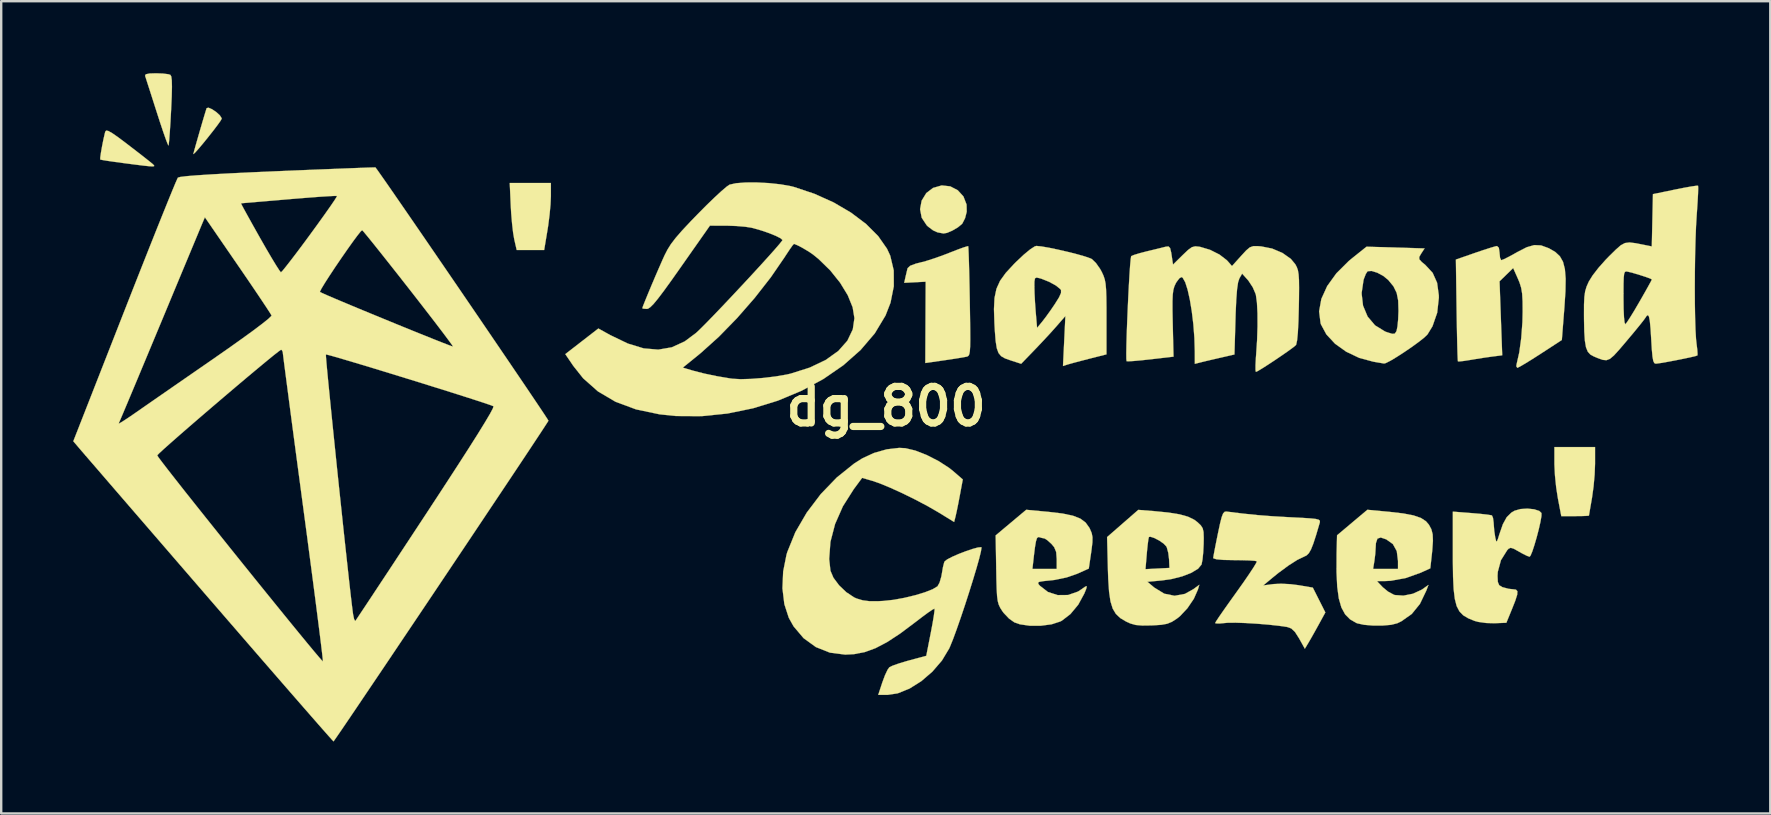
<source format=kicad_pcb>
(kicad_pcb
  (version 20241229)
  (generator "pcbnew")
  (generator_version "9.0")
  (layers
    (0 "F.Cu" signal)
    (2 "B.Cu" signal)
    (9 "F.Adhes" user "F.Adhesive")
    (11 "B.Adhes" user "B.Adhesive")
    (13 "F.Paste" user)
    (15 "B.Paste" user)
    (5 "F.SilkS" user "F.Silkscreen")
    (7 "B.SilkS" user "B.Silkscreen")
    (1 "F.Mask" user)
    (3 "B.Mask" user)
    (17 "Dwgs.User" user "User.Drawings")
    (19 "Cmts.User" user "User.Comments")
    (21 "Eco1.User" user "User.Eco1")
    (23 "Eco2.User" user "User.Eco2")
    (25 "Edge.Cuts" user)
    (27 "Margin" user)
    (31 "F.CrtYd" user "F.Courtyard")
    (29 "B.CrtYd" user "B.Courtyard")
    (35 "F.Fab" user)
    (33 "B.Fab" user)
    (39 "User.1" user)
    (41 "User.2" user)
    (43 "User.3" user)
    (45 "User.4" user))
  (footprint "dg_800"
    (layer "F.Cu")
    (at 33.88 13.889)
    (property "Reference" "dg_800" (at 0 0 0) (layer "F.SilkS") (effects (font (size 1.524 1.524) (thickness 0.3))))
    (attr through_hole)
    (fp_poly (pts (xy -13.97 -8.759) (xy -13.985 -8.421) (xy -14.025 -7.99) (xy -14.082 -7.539) (xy -14.11 -7.362) (xy -14.25 -6.519) (xy -15.395 -6.519) (xy -15.497 -6.964) (xy -15.544 -7.238) (xy -15.588 -7.622) (xy -15.625 -8.059) (xy -15.642 -8.361) (xy -15.685 -9.313) (xy -13.97 -9.313) (xy -13.97 -8.759)) (stroke (width 0.01) (type solid)) (fill yes) (layer "F.SilkS"))
    (fp_poly (pts (xy 29.549 2.392) (xy 29.532 2.836) (xy 29.487 3.339) (xy 29.424 3.795) (xy 29.422 3.81) (xy 29.365 4.136) (xy 29.321 4.391) (xy 29.297 4.534) (xy 29.295 4.551) (xy 29.217 4.561) (xy 29.014 4.569) (xy 28.728 4.572) (xy 28.718 4.572) (xy 28.142 4.572) (xy 27.999 3.824) (xy 27.929 3.372) (xy 27.878 2.875) (xy 27.856 2.431) (xy 27.855 2.385) (xy 27.855 1.693) (xy 29.549 1.693) (xy 29.549 2.392)) (stroke (width 0.01) (type solid)) (fill yes) (layer "F.SilkS"))
    (fp_poly (pts (xy -28.091 -12.386) (xy -27.917 -12.269) (xy -27.768 -12.133) (xy -27.692 -12.012) (xy -27.69 -11.991) (xy -27.738 -11.904) (xy -27.864 -11.727) (xy -28.042 -11.493) (xy -28.249 -11.23) (xy -28.459 -10.971) (xy -28.649 -10.745) (xy -28.793 -10.584) (xy -28.867 -10.517) (xy -28.871 -10.52) (xy -28.849 -10.611) (xy -28.79 -10.824) (xy -28.706 -11.119) (xy -28.609 -11.458) (xy -28.509 -11.8) (xy -28.419 -12.105) (xy -28.349 -12.334) (xy -28.319 -12.43) (xy -28.241 -12.451) (xy -28.091 -12.386)) (stroke (width 0.01) (type solid)) (fill yes) (layer "F.SilkS"))
    (fp_poly (pts (xy 2.675 -9.172) (xy 2.987 -9.011) (xy 3.225 -8.75) (xy 3.355 -8.414) (xy 3.361 -8.113) (xy 3.293 -7.847) (xy 3.182 -7.628) (xy 3.161 -7.602) (xy 2.994 -7.464) (xy 2.766 -7.33) (xy 2.542 -7.234) (xy 2.395 -7.208) (xy 2.265 -7.232) (xy 2.139 -7.256) (xy 1.959 -7.338) (xy 1.748 -7.497) (xy 1.694 -7.548) (xy 1.485 -7.864) (xy 1.417 -8.221) (xy 1.483 -8.577) (xy 1.676 -8.892) (xy 1.956 -9.106) (xy 2.32 -9.211) (xy 2.675 -9.172)) (stroke (width 0.01) (type solid)) (fill yes) (layer "F.SilkS"))
    (fp_poly (pts (xy -30.139 -13.873) (xy -29.917 -13.846) (xy -29.828 -13.818) (xy -29.791 -13.75) (xy -29.77 -13.589) (xy -29.764 -13.317) (xy -29.773 -12.915) (xy -29.798 -12.365) (xy -29.8 -12.332) (xy -29.825 -11.859) (xy -29.852 -11.449) (xy -29.876 -11.129) (xy -29.896 -10.929) (xy -29.907 -10.874) (xy -29.943 -10.939) (xy -30.02 -11.14) (xy -30.13 -11.453) (xy -30.264 -11.853) (xy -30.394 -12.256) (xy -30.544 -12.724) (xy -30.676 -13.138) (xy -30.784 -13.472) (xy -30.856 -13.697) (xy -30.884 -13.78) (xy -30.854 -13.843) (xy -30.696 -13.876) (xy -30.426 -13.884) (xy -30.139 -13.873)) (stroke (width 0.01) (type solid)) (fill yes) (layer "F.SilkS"))
    (fp_poly (pts (xy -32.414 -11.48) (xy -32.255 -11.391) (xy -32.007 -11.219) (xy -31.65 -10.951) (xy -31.596 -10.909) (xy -31.251 -10.644) (xy -30.947 -10.408) (xy -30.713 -10.223) (xy -30.579 -10.114) (xy -30.568 -10.104) (xy -30.515 -10.053) (xy -30.502 -10.019) (xy -30.551 -10.004) (xy -30.684 -10.009) (xy -30.922 -10.033) (xy -31.287 -10.078) (xy -31.75 -10.138) (xy -32.135 -10.19) (xy -32.454 -10.236) (xy -32.671 -10.272) (xy -32.752 -10.29) (xy -32.751 -10.378) (xy -32.722 -10.581) (xy -32.675 -10.848) (xy -32.619 -11.13) (xy -32.563 -11.374) (xy -32.543 -11.452) (xy -32.504 -11.497) (xy -32.414 -11.48)) (stroke (width 0.01) (type solid)) (fill yes) (layer "F.SilkS"))
    (fp_poly (pts (xy 3.432 -6.588) (xy 3.442 -6.351) (xy 3.454 -5.99) (xy 3.466 -5.527) (xy 3.478 -4.983) (xy 3.489 -4.381) (xy 3.489 -4.379) (xy 3.5 -3.702) (xy 3.507 -3.175) (xy 3.509 -2.778) (xy 3.504 -2.493) (xy 3.491 -2.301) (xy 3.47 -2.181) (xy 3.439 -2.116) (xy 3.397 -2.085) (xy 3.351 -2.072) (xy 3.191 -2.042) (xy 2.912 -1.996) (xy 2.564 -1.943) (xy 2.405 -1.92) (xy 1.635 -1.809) (xy 1.643 -3.504) (xy 1.651 -5.198) (xy 1.203 -5.175) (xy 0.756 -5.152) (xy 0.809 -5.391) (xy 0.861 -5.614) (xy 0.897 -5.761) (xy 1.003 -5.861) (xy 1.247 -5.953) (xy 1.394 -5.989) (xy 1.684 -6.066) (xy 2.065 -6.189) (xy 2.469 -6.336) (xy 2.625 -6.397) (xy 2.955 -6.526) (xy 3.219 -6.623) (xy 3.385 -6.674) (xy 3.423 -6.678) (xy 3.432 -6.588)) (stroke (width 0.01) (type solid)) (fill yes) (layer "F.SilkS"))
    (fp_poly (pts (xy 20.99 4.395) (xy 21.559 4.461) (xy 21.985 4.543) (xy 22.291 4.649) (xy 22.504 4.788) (xy 22.626 4.931) (xy 22.727 5.12) (xy 22.781 5.33) (xy 22.792 5.606) (xy 22.765 5.991) (xy 22.749 6.147) (xy 22.683 6.748) (xy 22.285 6.929) (xy 21.664 7.151) (xy 21.035 7.267) (xy 20.791 7.279) (xy 20.458 7.281) (xy 20.703 7.538) (xy 20.926 7.721) (xy 21.164 7.848) (xy 21.206 7.861) (xy 21.562 7.886) (xy 21.959 7.807) (xy 22.32 7.641) (xy 22.365 7.611) (xy 22.606 7.439) (xy 22.516 7.678) (xy 22.25 8.231) (xy 21.911 8.649) (xy 21.477 8.955) (xy 21.305 9.038) (xy 21.05 9.102) (xy 20.692 9.133) (xy 20.295 9.133) (xy 19.923 9.102) (xy 19.64 9.041) (xy 19.6 9.025) (xy 19.338 8.874) (xy 19.132 8.665) (xy 18.977 8.38) (xy 18.869 8.003) (xy 18.803 7.515) (xy 18.774 6.898) (xy 18.775 6.773) (xy 20.298 6.773) (xy 21.336 6.773) (xy 21.336 6.439) (xy 21.285 6.03) (xy 21.123 5.737) (xy 20.848 5.541) (xy 20.617 5.463) (xy 20.479 5.51) (xy 20.416 5.697) (xy 20.405 5.884) (xy 20.389 6.148) (xy 20.353 6.44) (xy 20.35 6.456) (xy 20.298 6.773) (xy 18.775 6.773) (xy 18.777 6.135) (xy 18.78 6.009) (xy 18.796 5.371) (xy 19.428 4.839) (xy 20.06 4.308) (xy 20.99 4.395)) (stroke (width 0.01) (type solid)) (fill yes) (layer "F.SilkS"))
    (fp_poly (pts (xy 27.299 -6.711) (xy 27.607 -6.599) (xy 27.644 -6.581) (xy 27.896 -6.434) (xy 28.084 -6.257) (xy 28.214 -6.028) (xy 28.292 -5.723) (xy 28.324 -5.321) (xy 28.315 -4.798) (xy 28.272 -4.131) (xy 28.271 -4.121) (xy 28.165 -2.769) (xy 27.274 -2.189) (xy 26.929 -1.968) (xy 26.634 -1.786) (xy 26.419 -1.661) (xy 26.312 -1.609) (xy 26.309 -1.609) (xy 26.267 -1.674) (xy 26.279 -1.757) (xy 26.39 -2.248) (xy 26.473 -2.853) (xy 26.522 -3.517) (xy 26.532 -3.937) (xy 26.529 -4.378) (xy 26.511 -4.697) (xy 26.47 -4.944) (xy 26.401 -5.165) (xy 26.337 -5.317) (xy 26.137 -5.767) (xy 25.853 -5.491) (xy 25.569 -5.215) (xy 25.624 -3.673) (xy 25.68 -2.131) (xy 25.265 -2.078) (xy 24.933 -2.032) (xy 24.549 -1.971) (xy 24.355 -1.938) (xy 24.087 -1.896) (xy 23.897 -1.875) (xy 23.834 -1.878) (xy 23.826 -1.966) (xy 23.816 -2.201) (xy 23.806 -2.559) (xy 23.796 -3.017) (xy 23.786 -3.552) (xy 23.779 -4.013) (xy 23.749 -6.121) (xy 24.553 -6.401) (xy 24.904 -6.52) (xy 25.201 -6.615) (xy 25.402 -6.673) (xy 25.463 -6.685) (xy 25.54 -6.611) (xy 25.569 -6.402) (xy 25.569 -6.392) (xy 25.589 -6.196) (xy 25.636 -6.099) (xy 25.647 -6.096) (xy 25.752 -6.136) (xy 25.962 -6.241) (xy 26.237 -6.392) (xy 26.312 -6.435) (xy 26.7 -6.634) (xy 27.013 -6.724) (xy 27.299 -6.711)) (stroke (width 0.01) (type solid)) (fill yes) (layer "F.SilkS"))
    (fp_poly (pts (xy 22.443 -6.585) (xy 22.301 -6.368) (xy 22.222 -6.231) (xy 22.225 -6.132) (xy 22.328 -6.018) (xy 22.471 -5.901) (xy 22.781 -5.567) (xy 22.966 -5.153) (xy 23.037 -4.633) (xy 23.039 -4.53) (xy 22.97 -3.905) (xy 22.774 -3.341) (xy 22.566 -3.001) (xy 22.435 -2.874) (xy 22.208 -2.694) (xy 21.92 -2.484) (xy 21.603 -2.268) (xy 21.294 -2.068) (xy 21.025 -1.906) (xy 20.831 -1.808) (xy 20.756 -1.788) (xy 20.646 -1.807) (xy 20.431 -1.843) (xy 20.306 -1.865) (xy 19.721 -2.022) (xy 19.18 -2.279) (xy 18.713 -2.612) (xy 18.352 -3) (xy 18.125 -3.42) (xy 18.109 -3.471) (xy 18.048 -3.962) (xy 18.142 -4.482) (xy 18.249 -4.716) (xy 19.819 -4.716) (xy 19.879 -4.201) (xy 20.069 -3.747) (xy 20.379 -3.38) (xy 20.797 -3.123) (xy 20.883 -3.091) (xy 21.094 -3.026) (xy 21.202 -3.033) (xy 21.262 -3.12) (xy 21.279 -3.161) (xy 21.314 -3.334) (xy 21.342 -3.618) (xy 21.356 -3.953) (xy 21.357 -3.979) (xy 21.344 -4.412) (xy 21.28 -4.734) (xy 21.148 -5.003) (xy 20.931 -5.269) (xy 20.723 -5.439) (xy 20.473 -5.573) (xy 20.238 -5.646) (xy 20.074 -5.635) (xy 20.071 -5.633) (xy 19.996 -5.524) (xy 19.916 -5.32) (xy 19.9 -5.267) (xy 19.819 -4.716) (xy 18.249 -4.716) (xy 18.385 -5.016) (xy 18.767 -5.546) (xy 19.281 -6.058) (xy 19.431 -6.182) (xy 20.024 -6.657) (xy 22.443 -6.585)) (stroke (width 0.01) (type solid)) (fill yes) (layer "F.SilkS"))
    (fp_poly (pts (xy 27.011 4.287) (xy 27.226 4.357) (xy 27.316 4.443) (xy 27.315 4.57) (xy 27.274 4.807) (xy 27.205 5.113) (xy 27.118 5.448) (xy 27.024 5.771) (xy 26.935 6.042) (xy 26.861 6.218) (xy 26.821 6.265) (xy 26.707 6.225) (xy 26.506 6.124) (xy 26.381 6.053) (xy 26.162 5.931) (xy 26.034 5.892) (xy 25.947 5.93) (xy 25.889 5.99) (xy 25.626 6.411) (xy 25.495 6.896) (xy 25.485 7.068) (xy 25.497 7.315) (xy 25.553 7.45) (xy 25.677 7.527) (xy 25.702 7.537) (xy 25.95 7.602) (xy 26.125 7.62) (xy 26.253 7.636) (xy 26.313 7.703) (xy 26.304 7.847) (xy 26.226 8.094) (xy 26.092 8.433) (xy 25.853 9.017) (xy 25.351 9.036) (xy 25.011 9.027) (xy 24.683 8.981) (xy 24.527 8.939) (xy 24.261 8.83) (xy 24.053 8.705) (xy 23.896 8.542) (xy 23.781 8.321) (xy 23.704 8.021) (xy 23.656 7.622) (xy 23.631 7.101) (xy 23.622 6.44) (xy 23.622 6.18) (xy 23.622 4.385) (xy 24.405 4.446) (xy 24.755 4.476) (xy 25.039 4.507) (xy 25.216 4.534) (xy 25.252 4.544) (xy 25.296 4.646) (xy 25.323 4.848) (xy 25.325 4.894) (xy 25.348 5.187) (xy 25.389 5.457) (xy 25.39 5.461) (xy 25.425 5.607) (xy 25.456 5.631) (xy 25.503 5.517) (xy 25.559 5.334) (xy 25.707 4.909) (xy 25.867 4.617) (xy 26.061 4.426) (xy 26.198 4.346) (xy 26.442 4.277) (xy 26.731 4.259) (xy 27.011 4.287)) (stroke (width 0.01) (type solid)) (fill yes) (layer "F.SilkS"))
    (fp_poly (pts (xy 11.161 4.363) (xy 11.768 4.423) (xy 12.233 4.498) (xy 12.581 4.595) (xy 12.841 4.721) (xy 12.982 4.827) (xy 13.117 4.956) (xy 13.195 5.077) (xy 13.232 5.236) (xy 13.24 5.484) (xy 13.236 5.73) (xy 13.219 6.076) (xy 13.189 6.377) (xy 13.151 6.577) (xy 13.146 6.593) (xy 13.002 6.766) (xy 12.725 6.933) (xy 12.349 7.08) (xy 11.909 7.193) (xy 11.504 7.252) (xy 10.89 7.309) (xy 11.181 7.552) (xy 11.595 7.805) (xy 12.025 7.892) (xy 12.455 7.813) (xy 12.807 7.617) (xy 13.056 7.433) (xy 12.998 7.632) (xy 12.828 8.016) (xy 12.561 8.41) (xy 12.248 8.743) (xy 12.119 8.845) (xy 11.912 8.978) (xy 11.716 9.058) (xy 11.475 9.102) (xy 11.132 9.124) (xy 11.063 9.127) (xy 10.679 9.132) (xy 10.405 9.109) (xy 10.182 9.047) (xy 10.008 8.968) (xy 9.764 8.823) (xy 9.58 8.651) (xy 9.446 8.427) (xy 9.353 8.126) (xy 9.294 7.722) (xy 9.259 7.191) (xy 9.245 6.783) (xy 10.812 6.783) (xy 11.311 6.757) (xy 11.811 6.731) (xy 11.795 6.376) (xy 11.762 6.104) (xy 11.7 5.876) (xy 11.683 5.84) (xy 11.57 5.719) (xy 11.384 5.59) (xy 11.181 5.484) (xy 11.017 5.431) (xy 10.955 5.442) (xy 10.933 5.536) (xy 10.904 5.756) (xy 10.873 6.057) (xy 10.867 6.129) (xy 10.812 6.783) (xy 9.245 6.783) (xy 9.245 6.765) (xy 9.212 5.445) (xy 9.861 4.879) (xy 10.511 4.312) (xy 11.161 4.363)) (stroke (width 0.01) (type solid)) (fill yes) (layer "F.SilkS"))
    (fp_poly (pts (xy 6.784 4.396) (xy 7.356 4.464) (xy 7.785 4.554) (xy 8.097 4.676) (xy 8.317 4.84) (xy 8.473 5.058) (xy 8.493 5.097) (xy 8.569 5.275) (xy 8.603 5.447) (xy 8.6 5.667) (xy 8.562 5.986) (xy 8.548 6.085) (xy 8.449 6.758) (xy 7.965 6.975) (xy 7.523 7.128) (xy 7.022 7.232) (xy 6.871 7.249) (xy 6.559 7.281) (xy 6.388 7.31) (xy 6.332 7.351) (xy 6.362 7.418) (xy 6.412 7.475) (xy 6.748 7.735) (xy 7.154 7.864) (xy 7.584 7.86) (xy 7.995 7.718) (xy 8.136 7.627) (xy 8.303 7.509) (xy 8.367 7.496) (xy 8.341 7.607) (xy 8.262 7.8) (xy 8.01 8.262) (xy 7.684 8.654) (xy 7.324 8.931) (xy 7.262 8.963) (xy 6.899 9.081) (xy 6.454 9.14) (xy 5.992 9.141) (xy 5.578 9.081) (xy 5.347 9) (xy 5.122 8.84) (xy 4.901 8.607) (xy 4.839 8.522) (xy 4.756 8.39) (xy 4.696 8.263) (xy 4.654 8.11) (xy 4.627 7.903) (xy 4.61 7.61) (xy 4.598 7.202) (xy 4.591 6.78) (xy 4.591 6.773) (xy 6.099 6.773) (xy 7.112 6.773) (xy 7.112 6.362) (xy 7.09 6.069) (xy 7.007 5.867) (xy 6.889 5.727) (xy 6.727 5.581) (xy 6.612 5.506) (xy 6.599 5.503) (xy 6.469 5.476) (xy 6.404 5.454) (xy 6.338 5.445) (xy 6.288 5.494) (xy 6.246 5.627) (xy 6.205 5.87) (xy 6.158 6.248) (xy 6.145 6.371) (xy 6.099 6.773) (xy 4.591 6.773) (xy 4.567 5.376) (xy 5.204 4.842) (xy 5.841 4.308) (xy 6.784 4.396)) (stroke (width 0.01) (type solid)) (fill yes) (layer "F.SilkS"))
    (fp_poly (pts (xy 6.475 -6.668) (xy 6.796 -6.613) (xy 7.181 -6.532) (xy 7.589 -6.438) (xy 7.978 -6.339) (xy 8.304 -6.245) (xy 8.526 -6.167) (xy 8.582 -6.138) (xy 8.746 -5.979) (xy 8.919 -5.734) (xy 8.992 -5.602) (xy 9.062 -5.449) (xy 9.113 -5.297) (xy 9.148 -5.117) (xy 9.169 -4.879) (xy 9.181 -4.552) (xy 9.186 -4.108) (xy 9.186 -3.688) (xy 9.186 -2.17) (xy 8.467 -1.988) (xy 8.116 -1.897) (xy 7.811 -1.816) (xy 7.601 -1.757) (xy 7.56 -1.745) (xy 7.374 -1.684) (xy 7.474 -3.768) (xy 7.105 -3.344) (xy 6.869 -3.08) (xy 6.569 -2.756) (xy 6.261 -2.43) (xy 6.183 -2.349) (xy 5.63 -1.777) (xy 5.176 -1.924) (xy 4.955 -2.003) (xy 4.796 -2.095) (xy 4.686 -2.227) (xy 4.614 -2.428) (xy 4.567 -2.725) (xy 4.534 -3.147) (xy 4.516 -3.464) (xy 4.497 -4.056) (xy 4.52 -4.521) (xy 4.6 -4.901) (xy 4.646 -5.002) (xy 6.181 -5.002) (xy 6.188 -4.711) (xy 6.208 -4.332) (xy 6.236 -3.945) (xy 6.237 -3.936) (xy 6.293 -3.274) (xy 6.498 -3.521) (xy 6.653 -3.722) (xy 6.854 -4.001) (xy 7.035 -4.267) (xy 7.21 -4.547) (xy 7.291 -4.728) (xy 7.292 -4.843) (xy 7.266 -4.887) (xy 7.083 -5.036) (xy 6.8 -5.192) (xy 6.483 -5.319) (xy 6.418 -5.339) (xy 6.275 -5.372) (xy 6.206 -5.339) (xy 6.183 -5.202) (xy 6.181 -5.002) (xy 4.646 -5.002) (xy 4.751 -5.235) (xy 4.988 -5.564) (xy 5.325 -5.929) (xy 5.428 -6.032) (xy 5.738 -6.324) (xy 6.002 -6.542) (xy 6.193 -6.667) (xy 6.262 -6.689) (xy 6.475 -6.668)) (stroke (width 0.01) (type solid)) (fill yes) (layer "F.SilkS"))
    (fp_poly (pts (xy 14.187 4.382) (xy 14.878 4.467) (xy 15.49 4.53) (xy 16.101 4.577) (xy 16.794 4.617) (xy 16.872 4.621) (xy 17.354 4.645) (xy 17.692 4.667) (xy 17.909 4.69) (xy 18.03 4.721) (xy 18.079 4.764) (xy 18.08 4.823) (xy 18.071 4.86) (xy 17.924 5.359) (xy 17.807 5.718) (xy 17.709 5.964) (xy 17.618 6.12) (xy 17.524 6.211) (xy 17.427 6.258) (xy 17.143 6.394) (xy 16.775 6.628) (xy 16.354 6.938) (xy 16.091 7.151) (xy 15.721 7.46) (xy 16.147 7.404) (xy 16.46 7.389) (xy 16.848 7.408) (xy 17.179 7.449) (xy 17.786 7.552) (xy 18.047 8.069) (xy 18.308 8.586) (xy 18.028 9.098) (xy 17.86 9.401) (xy 17.702 9.681) (xy 17.601 9.854) (xy 17.454 10.099) (xy 17.215 9.669) (xy 17.043 9.4) (xy 16.886 9.253) (xy 16.722 9.194) (xy 16.37 9.142) (xy 15.933 9.095) (xy 15.457 9.056) (xy 14.987 9.028) (xy 14.569 9.014) (xy 14.248 9.016) (xy 14.133 9.026) (xy 13.895 9.048) (xy 13.744 9.043) (xy 13.716 9.027) (xy 13.763 8.944) (xy 13.894 8.747) (xy 14.094 8.459) (xy 14.346 8.103) (xy 14.609 7.736) (xy 14.892 7.338) (xy 15.132 6.988) (xy 15.316 6.709) (xy 15.428 6.523) (xy 15.455 6.453) (xy 15.357 6.434) (xy 15.126 6.418) (xy 14.801 6.409) (xy 14.52 6.406) (xy 14.067 6.398) (xy 13.773 6.372) (xy 13.642 6.33) (xy 13.635 6.315) (xy 13.653 6.199) (xy 13.699 5.955) (xy 13.765 5.62) (xy 13.832 5.292) (xy 13.919 4.884) (xy 13.987 4.616) (xy 14.047 4.461) (xy 14.11 4.392) (xy 14.184 4.381) (xy 14.187 4.382)) (stroke (width 0.01) (type solid)) (fill yes) (layer "F.SilkS"))
    (fp_poly (pts (xy 33.848 -9.105) (xy 33.842 -8.876) (xy 33.824 -8.54) (xy 33.797 -8.131) (xy 33.787 -7.989) (xy 33.758 -7.51) (xy 33.736 -6.936) (xy 33.719 -6.297) (xy 33.71 -5.623) (xy 33.706 -4.946) (xy 33.709 -4.295) (xy 33.719 -3.701) (xy 33.735 -3.194) (xy 33.758 -2.806) (xy 33.778 -2.625) (xy 33.81 -2.364) (xy 33.821 -2.18) (xy 33.815 -2.125) (xy 33.724 -2.095) (xy 33.51 -2.045) (xy 33.216 -1.983) (xy 32.885 -1.917) (xy 32.561 -1.856) (xy 32.287 -1.809) (xy 32.106 -1.784) (xy 32.08 -1.782) (xy 32.02 -1.805) (xy 31.976 -1.895) (xy 31.943 -2.078) (xy 31.915 -2.382) (xy 31.892 -2.763) (xy 31.863 -3.24) (xy 31.832 -3.562) (xy 31.795 -3.746) (xy 31.749 -3.808) (xy 31.69 -3.762) (xy 31.659 -3.711) (xy 31.577 -3.597) (xy 31.408 -3.383) (xy 31.175 -3.098) (xy 30.901 -2.772) (xy 30.853 -2.714) (xy 30.554 -2.363) (xy 30.336 -2.124) (xy 30.17 -1.983) (xy 30.025 -1.927) (xy 29.87 -1.94) (xy 29.675 -2.009) (xy 29.496 -2.084) (xy 29.352 -2.164) (xy 29.246 -2.282) (xy 29.172 -2.464) (xy 29.126 -2.733) (xy 29.1 -3.115) (xy 29.089 -3.634) (xy 29.088 -3.81) (xy 29.089 -4.25) (xy 29.102 -4.517) (xy 30.734 -4.517) (xy 30.739 -4.065) (xy 30.755 -3.719) (xy 30.779 -3.498) (xy 30.809 -3.424) (xy 30.812 -3.425) (xy 30.883 -3.514) (xy 31.017 -3.72) (xy 31.196 -4.012) (xy 31.4 -4.361) (xy 31.405 -4.37) (xy 31.603 -4.716) (xy 31.765 -5.005) (xy 31.876 -5.207) (xy 31.919 -5.293) (xy 31.919 -5.293) (xy 31.846 -5.331) (xy 31.661 -5.398) (xy 31.413 -5.478) (xy 31.155 -5.555) (xy 30.935 -5.612) (xy 30.924 -5.614) (xy 30.848 -5.627) (xy 30.795 -5.607) (xy 30.762 -5.53) (xy 30.744 -5.369) (xy 30.736 -5.098) (xy 30.734 -4.693) (xy 30.734 -4.517) (xy 29.102 -4.517) (xy 29.104 -4.564) (xy 29.137 -4.798) (xy 29.196 -4.995) (xy 29.287 -5.199) (xy 29.291 -5.207) (xy 29.448 -5.46) (xy 29.693 -5.777) (xy 29.987 -6.108) (xy 30.128 -6.253) (xy 30.412 -6.533) (xy 30.618 -6.714) (xy 30.793 -6.809) (xy 30.985 -6.834) (xy 31.239 -6.803) (xy 31.604 -6.731) (xy 31.642 -6.723) (xy 31.914 -6.669) (xy 31.938 -7.758) (xy 31.962 -8.848) (xy 32.885 -9.039) (xy 33.258 -9.113) (xy 33.565 -9.168) (xy 33.771 -9.197) (xy 33.842 -9.197) (xy 33.848 -9.105)) (stroke (width 0.01) (type solid)) (fill yes) (layer "F.SilkS"))
    (fp_poly (pts (xy 0.804 1.741) (xy 1.22 1.84) (xy 1.701 2.029) (xy 2.189 2.279) (xy 2.627 2.562) (xy 2.805 2.704) (xy 3.198 3.044) (xy 3.075 3.702) (xy 3.009 4.05) (xy 2.946 4.359) (xy 2.899 4.57) (xy 2.895 4.588) (xy 2.836 4.816) (xy 2.201 4.426) (xy 1.747 4.163) (xy 1.23 3.889) (xy 0.693 3.624) (xy 0.179 3.39) (xy -0.269 3.205) (xy -0.563 3.104) (xy -0.998 2.978) (xy -1.348 3.45) (xy -1.8 4.163) (xy -2.126 4.903) (xy -2.319 5.644) (xy -2.372 6.359) (xy -2.318 6.848) (xy -2.194 7.14) (xy -1.96 7.454) (xy -1.659 7.742) (xy -1.336 7.957) (xy -1.226 8.006) (xy -0.972 8.082) (xy -0.688 8.118) (xy -0.318 8.117) (xy -0.105 8.106) (xy 0.31 8.061) (xy 0.763 7.978) (xy 1.213 7.869) (xy 1.62 7.746) (xy 1.942 7.619) (xy 2.14 7.5) (xy 2.147 7.493) (xy 2.231 7.339) (xy 2.303 7.09) (xy 2.326 6.962) (xy 2.37 6.703) (xy 2.419 6.51) (xy 2.44 6.461) (xy 2.546 6.377) (xy 2.755 6.268) (xy 3.027 6.149) (xy 3.324 6.035) (xy 3.605 5.94) (xy 3.83 5.879) (xy 3.962 5.867) (xy 3.979 5.883) (xy 3.952 6.052) (xy 3.878 6.352) (xy 3.765 6.753) (xy 3.622 7.228) (xy 3.46 7.747) (xy 3.287 8.282) (xy 3.112 8.803) (xy 2.945 9.282) (xy 2.795 9.691) (xy 2.67 10) (xy 2.631 10.088) (xy 2.329 10.59) (xy 1.932 11.052) (xy 1.47 11.45) (xy 0.977 11.76) (xy 0.483 11.959) (xy 0.057 12.023) (xy -0.328 12.023) (xy -0.153 11.493) (xy -0.046 11.206) (xy 0.061 10.979) (xy 0.137 10.871) (xy 0.269 10.807) (xy 0.519 10.718) (xy 0.841 10.62) (xy 0.964 10.586) (xy 1.675 10.395) (xy 1.865 9.428) (xy 1.937 9.046) (xy 1.99 8.729) (xy 2.019 8.511) (xy 2.02 8.427) (xy 1.944 8.462) (xy 1.764 8.583) (xy 1.507 8.772) (xy 1.226 8.987) (xy 0.594 9.461) (xy 0.047 9.82) (xy -0.439 10.075) (xy -0.892 10.24) (xy -1.336 10.325) (xy -1.703 10.344) (xy -2.339 10.263) (xy -2.925 10.03) (xy -3.438 9.659) (xy -3.856 9.165) (xy -4.054 8.811) (xy -4.24 8.24) (xy -4.319 7.581) (xy -4.289 6.88) (xy -4.15 6.18) (xy -4.117 6.07) (xy -3.782 5.244) (xy -3.307 4.427) (xy -2.721 3.653) (xy -2.053 2.96) (xy -1.33 2.38) (xy -0.994 2.167) (xy -0.506 1.94) (xy 0.03 1.788) (xy 0.547 1.728) (xy 0.804 1.741)) (stroke (width 0.01) (type solid)) (fill yes) (layer "F.SilkS"))
    (fp_poly (pts (xy 15.631 -6.67) (xy 16.091 -6.579) (xy 16.52 -6.397) (xy 16.869 -6.151) (xy 17.058 -5.923) (xy 17.12 -5.804) (xy 17.165 -5.675) (xy 17.193 -5.506) (xy 17.209 -5.27) (xy 17.213 -4.938) (xy 17.209 -4.482) (xy 17.203 -4.151) (xy 17.187 -3.554) (xy 17.163 -3.083) (xy 17.131 -2.754) (xy 17.093 -2.577) (xy 17.082 -2.557) (xy 16.98 -2.47) (xy 16.777 -2.321) (xy 16.509 -2.134) (xy 16.21 -1.931) (xy 15.915 -1.737) (xy 15.66 -1.575) (xy 15.481 -1.469) (xy 15.414 -1.439) (xy 15.398 -1.517) (xy 15.398 -1.724) (xy 15.413 -2.021) (xy 15.422 -2.138) (xy 15.463 -2.752) (xy 15.482 -3.343) (xy 15.48 -3.877) (xy 15.458 -4.319) (xy 15.415 -4.635) (xy 15.404 -4.682) (xy 15.283 -4.965) (xy 15.105 -5.237) (xy 15.077 -5.27) (xy 14.84 -5.535) (xy 14.722 -5.329) (xy 14.671 -5.17) (xy 14.629 -4.885) (xy 14.596 -4.461) (xy 14.57 -3.886) (xy 14.563 -3.644) (xy 14.52 -2.165) (xy 13.928 -2.029) (xy 13.594 -1.952) (xy 13.296 -1.882) (xy 13.102 -1.834) (xy 12.869 -1.775) (xy 12.867 -2.306) (xy 12.85 -2.86) (xy 12.807 -3.42) (xy 12.742 -3.959) (xy 12.661 -4.449) (xy 12.568 -4.864) (xy 12.468 -5.176) (xy 12.365 -5.359) (xy 12.317 -5.392) (xy 12.227 -5.343) (xy 12.107 -5.186) (xy 12.073 -5.127) (xy 12.014 -4.999) (xy 11.973 -4.852) (xy 11.948 -4.658) (xy 11.937 -4.386) (xy 11.937 -4.006) (xy 11.947 -3.488) (xy 11.948 -3.454) (xy 11.98 -2.074) (xy 11.019 -1.963) (xy 10.636 -1.922) (xy 10.319 -1.893) (xy 10.103 -1.881) (xy 10.025 -1.885) (xy 10.014 -1.98) (xy 10.012 -2.217) (xy 10.018 -2.568) (xy 10.03 -3.004) (xy 10.048 -3.498) (xy 10.07 -4.023) (xy 10.094 -4.55) (xy 10.12 -5.053) (xy 10.146 -5.503) (xy 10.171 -5.872) (xy 10.195 -6.133) (xy 10.214 -6.258) (xy 10.218 -6.264) (xy 10.33 -6.313) (xy 10.559 -6.383) (xy 10.857 -6.461) (xy 10.88 -6.466) (xy 11.203 -6.544) (xy 11.481 -6.612) (xy 11.656 -6.656) (xy 11.656 -6.656) (xy 11.771 -6.667) (xy 11.838 -6.599) (xy 11.884 -6.412) (xy 11.9 -6.308) (xy 11.959 -5.912) (xy 12.365 -6.311) (xy 12.589 -6.524) (xy 12.746 -6.637) (xy 12.886 -6.673) (xy 13.057 -6.656) (xy 13.091 -6.65) (xy 13.503 -6.527) (xy 13.895 -6.33) (xy 14.2 -6.096) (xy 14.24 -6.054) (xy 14.417 -5.85) (xy 14.802 -6.278) (xy 15.011 -6.504) (xy 15.161 -6.63) (xy 15.305 -6.68) (xy 15.5 -6.68) (xy 15.631 -6.67)) (stroke (width 0.01) (type solid)) (fill yes) (layer "F.SilkS"))
    (fp_poly (pts (xy -4.884 -9.308) (xy -4.399 -9.256) (xy -3.974 -9.181) (xy -3.854 -9.151) (xy -2.989 -8.863) (xy -2.184 -8.501) (xy -1.46 -8.076) (xy -0.834 -7.604) (xy -0.329 -7.099) (xy 0.038 -6.574) (xy 0.174 -6.282) (xy 0.319 -5.67) (xy 0.322 -5.005) (xy 0.185 -4.323) (xy -0.023 -3.789) (xy -0.471 -3.044) (xy -1.064 -2.35) (xy -1.784 -1.714) (xy -2.61 -1.145) (xy -3.525 -0.652) (xy -4.509 -0.241) (xy -5.543 0.077) (xy -6.609 0.296) (xy -7.687 0.406) (xy -8.758 0.4) (xy -9.44 0.329) (xy -10.418 0.124) (xy -11.272 -0.192) (xy -12.006 -0.624) (xy -12.625 -1.172) (xy -12.978 -1.617) (xy -8.473 -1.617) (xy -8.044 -1.49) (xy -7.587 -1.372) (xy -7.045 -1.259) (xy -6.498 -1.167) (xy -6.392 -1.153) (xy -6.058 -1.135) (xy -5.612 -1.148) (xy -5.11 -1.188) (xy -4.607 -1.249) (xy -4.156 -1.326) (xy -3.979 -1.366) (xy -3.181 -1.619) (xy -2.517 -1.936) (xy -1.991 -2.311) (xy -1.613 -2.738) (xy -1.387 -3.211) (xy -1.319 -3.679) (xy -1.393 -4.132) (xy -1.597 -4.634) (xy -1.915 -5.155) (xy -2.326 -5.668) (xy -2.812 -6.142) (xy -3.048 -6.334) (xy -3.233 -6.46) (xy -3.461 -6.595) (xy -3.676 -6.709) (xy -3.821 -6.77) (xy -3.841 -6.773) (xy -3.901 -6.707) (xy -4.025 -6.531) (xy -4.19 -6.281) (xy -4.228 -6.221) (xy -4.804 -5.382) (xy -5.478 -4.52) (xy -6.212 -3.68) (xy -6.968 -2.905) (xy -7.708 -2.239) (xy -7.814 -2.151) (xy -8.473 -1.617) (xy -12.978 -1.617) (xy -13.039 -1.694) (xy -13.369 -2.18) (xy -11.991 -3.248) (xy -11.493 -2.972) (xy -10.764 -2.621) (xy -10.102 -2.419) (xy -9.495 -2.367) (xy -8.929 -2.464) (xy -8.391 -2.711) (xy -7.92 -3.062) (xy -7.749 -3.224) (xy -7.497 -3.476) (xy -7.183 -3.799) (xy -6.822 -4.176) (xy -6.433 -4.588) (xy -6.032 -5.016) (xy -5.636 -5.442) (xy -5.263 -5.848) (xy -4.929 -6.216) (xy -4.651 -6.527) (xy -4.448 -6.762) (xy -4.335 -6.903) (xy -4.318 -6.935) (xy -4.393 -7.006) (xy -4.591 -7.107) (xy -4.874 -7.222) (xy -5.2 -7.334) (xy -5.531 -7.429) (xy -5.614 -7.449) (xy -5.875 -7.489) (xy -6.232 -7.519) (xy -6.614 -7.533) (xy -6.655 -7.533) (xy -7.342 -7.535) (xy -8.56 -5.8) (xy -8.954 -5.242) (xy -9.266 -4.811) (xy -9.507 -4.493) (xy -9.689 -4.273) (xy -9.823 -4.139) (xy -9.92 -4.074) (xy -9.969 -4.064) (xy -10.118 -4.075) (xy -10.16 -4.092) (xy -10.129 -4.186) (xy -10.043 -4.402) (xy -9.919 -4.705) (xy -9.77 -5.062) (xy -9.609 -5.441) (xy -9.451 -5.805) (xy -9.311 -6.124) (xy -9.234 -6.294) (xy -9.111 -6.534) (xy -8.963 -6.77) (xy -8.766 -7.027) (xy -8.502 -7.331) (xy -8.149 -7.708) (xy -7.848 -8.018) (xy -7.484 -8.385) (xy -7.147 -8.711) (xy -6.859 -8.977) (xy -6.643 -9.161) (xy -6.523 -9.243) (xy -6.25 -9.303) (xy -5.855 -9.333) (xy -5.385 -9.334) (xy -4.884 -9.308)) (stroke (width 0.01) (type solid)) (fill yes) (layer "F.SilkS"))
    (fp_poly (pts (xy -21.283 -9.961) (xy -21.203 -9.855) (xy -21.041 -9.625) (xy -20.803 -9.285) (xy -20.501 -8.849) (xy -20.142 -8.329) (xy -19.736 -7.739) (xy -19.291 -7.092) (xy -18.817 -6.4) (xy -18.322 -5.678) (xy -17.816 -4.938) (xy -17.308 -4.194) (xy -16.806 -3.458) (xy -16.32 -2.744) (xy -15.859 -2.066) (xy -15.431 -1.435) (xy -15.045 -0.866) (xy -14.712 -0.372) (xy -14.439 0.034) (xy -14.235 0.34) (xy -14.11 0.532) (xy -14.072 0.596) (xy -14.125 0.681) (xy -14.263 0.894) (xy -14.479 1.222) (xy -14.765 1.655) (xy -15.113 2.18) (xy -15.516 2.785) (xy -15.965 3.458) (xy -16.453 4.188) (xy -16.971 4.964) (xy -17.511 5.772) (xy -18.067 6.602) (xy -18.629 7.441) (xy -19.19 8.278) (xy -19.742 9.1) (xy -20.278 9.897) (xy -20.788 10.657) (xy -21.266 11.366) (xy -21.703 12.014) (xy -22.091 12.59) (xy -22.423 13.08) (xy -22.69 13.473) (xy -22.886 13.758) (xy -23.001 13.923) (xy -23.029 13.96) (xy -23.09 13.897) (xy -23.253 13.715) (xy -23.511 13.423) (xy -23.856 13.029) (xy -24.281 12.543) (xy -24.777 11.974) (xy -25.337 11.33) (xy -25.953 10.621) (xy -26.617 9.855) (xy -27.321 9.042) (xy -28.058 8.19) (xy -28.152 8.082) (xy -28.9 7.216) (xy -29.622 6.381) (xy -30.309 5.585) (xy -30.953 4.84) (xy -31.546 4.154) (xy -32.079 3.537) (xy -32.543 2.999) (xy -32.931 2.549) (xy -33.234 2.199) (xy -33.369 2.041) (xy -30.377 2.041) (xy -30.317 2.133) (xy -30.162 2.339) (xy -29.924 2.648) (xy -29.614 3.044) (xy -29.242 3.517) (xy -28.818 4.051) (xy -28.354 4.633) (xy -27.859 5.252) (xy -27.346 5.892) (xy -26.824 6.542) (xy -26.304 7.187) (xy -25.796 7.815) (xy -25.312 8.412) (xy -24.862 8.965) (xy -24.457 9.461) (xy -24.107 9.886) (xy -23.824 10.227) (xy -23.616 10.472) (xy -23.497 10.606) (xy -23.471 10.627) (xy -23.478 10.529) (xy -23.506 10.277) (xy -23.553 9.883) (xy -23.618 9.361) (xy -23.699 8.724) (xy -23.794 7.984) (xy -23.902 7.157) (xy -24.021 6.253) (xy -24.148 5.288) (xy -24.284 4.273) (xy -24.296 4.182) (xy -24.432 3.163) (xy -24.562 2.192) (xy -24.683 1.282) (xy -24.794 0.446) (xy -24.892 -0.303) (xy -24.977 -0.951) (xy -25.047 -1.485) (xy -25.1 -1.892) (xy -25.133 -2.159) (xy -25.134 -2.165) (xy -23.347 -2.165) (xy -23.345 -2.078) (xy -23.326 -1.839) (xy -23.292 -1.467) (xy -23.245 -0.977) (xy -23.186 -0.388) (xy -23.119 0.283) (xy -23.044 1.02) (xy -22.963 1.805) (xy -22.879 2.621) (xy -22.792 3.45) (xy -22.704 4.276) (xy -22.619 5.081) (xy -22.536 5.849) (xy -22.458 6.562) (xy -22.388 7.202) (xy -22.326 7.753) (xy -22.274 8.198) (xy -22.234 8.519) (xy -22.215 8.663) (xy -22.174 8.856) (xy -22.131 8.942) (xy -22.12 8.94) (xy -22.066 8.863) (xy -21.928 8.656) (xy -21.713 8.333) (xy -21.429 7.904) (xy -21.084 7.382) (xy -20.686 6.78) (xy -20.244 6.108) (xy -19.765 5.381) (xy -19.257 4.609) (xy -19.166 4.471) (xy -18.487 3.434) (xy -17.903 2.536) (xy -17.413 1.775) (xy -17.018 1.151) (xy -16.716 0.661) (xy -16.506 0.306) (xy -16.388 0.084) (xy -16.361 -0.006) (xy -16.363 -0.008) (xy -16.485 -0.055) (xy -16.742 -0.143) (xy -17.116 -0.265) (xy -17.586 -0.416) (xy -18.131 -0.589) (xy -18.732 -0.777) (xy -19.368 -0.976) (xy -20.019 -1.177) (xy -20.665 -1.376) (xy -21.285 -1.566) (xy -21.86 -1.74) (xy -22.369 -1.892) (xy -22.792 -2.017) (xy -23.109 -2.108) (xy -23.3 -2.158) (xy -23.347 -2.165) (xy -25.134 -2.165) (xy -25.146 -2.273) (xy -25.146 -2.275) (xy -25.192 -2.358) (xy -25.226 -2.357) (xy -25.319 -2.292) (xy -25.521 -2.134) (xy -25.814 -1.895) (xy -26.182 -1.59) (xy -26.608 -1.234) (xy -27.075 -0.84) (xy -27.566 -0.423) (xy -28.065 0.003) (xy -28.556 0.424) (xy -29.021 0.825) (xy -29.443 1.192) (xy -29.806 1.511) (xy -30.094 1.767) (xy -30.289 1.947) (xy -30.375 2.035) (xy -30.377 2.041) (xy -33.369 2.041) (xy -33.443 1.956) (xy -33.551 1.831) (xy -33.553 1.828) (xy -33.875 1.451) (xy -33.585 0.712) (xy -31.985 0.712) (xy -31.94 0.699) (xy -31.783 0.603) (xy -31.539 0.442) (xy -31.277 0.262) (xy -31.024 0.086) (xy -30.656 -0.17) (xy -30.193 -0.491) (xy -29.659 -0.861) (xy -29.077 -1.264) (xy -28.468 -1.685) (xy -28.05 -1.974) (xy -27.393 -2.432) (xy -26.825 -2.836) (xy -26.354 -3.178) (xy -25.99 -3.453) (xy -25.743 -3.652) (xy -25.624 -3.768) (xy -25.614 -3.791) (xy -25.67 -3.887) (xy -25.81 -4.103) (xy -26.021 -4.421) (xy -26.256 -4.771) (xy -23.595 -4.771) (xy -23.506 -4.726) (xy -23.283 -4.627) (xy -22.949 -4.484) (xy -22.524 -4.305) (xy -22.031 -4.099) (xy -21.491 -3.876) (xy -20.925 -3.643) (xy -20.355 -3.409) (xy -19.803 -3.184) (xy -19.291 -2.977) (xy -18.839 -2.796) (xy -18.47 -2.65) (xy -18.205 -2.548) (xy -18.066 -2.499) (xy -18.05 -2.496) (xy -18.094 -2.567) (xy -18.231 -2.755) (xy -18.449 -3.047) (xy -18.738 -3.427) (xy -19.086 -3.879) (xy -19.481 -4.389) (xy -19.898 -4.924) (xy -20.332 -5.477) (xy -20.733 -5.985) (xy -21.09 -6.435) (xy -21.391 -6.812) (xy -21.624 -7.099) (xy -21.776 -7.282) (xy -21.836 -7.346) (xy -21.901 -7.288) (xy -22.039 -7.115) (xy -22.233 -6.853) (xy -22.463 -6.529) (xy -22.712 -6.17) (xy -22.961 -5.804) (xy -23.192 -5.455) (xy -23.386 -5.153) (xy -23.526 -4.922) (xy -23.593 -4.79) (xy -23.595 -4.771) (xy -26.256 -4.771) (xy -26.29 -4.821) (xy -26.606 -5.287) (xy -26.956 -5.798) (xy -27.021 -5.892) (xy -28.391 -7.884) (xy -28.51 -7.604) (xy -28.565 -7.472) (xy -28.678 -7.2) (xy -28.843 -6.804) (xy -29.053 -6.3) (xy -29.302 -5.703) (xy -29.582 -5.031) (xy -29.886 -4.299) (xy -30.209 -3.523) (xy -30.284 -3.344) (xy -30.607 -2.569) (xy -30.911 -1.84) (xy -31.189 -1.174) (xy -31.436 -0.584) (xy -31.645 -0.087) (xy -31.809 0.303) (xy -31.923 0.571) (xy -31.98 0.702) (xy -31.985 0.712) (xy -33.585 0.712) (xy -31.74 -3.995) (xy -31.381 -4.909) (xy -31.038 -5.778) (xy -30.717 -6.588) (xy -30.423 -7.327) (xy -30.16 -7.982) (xy -29.964 -8.467) (xy -26.886 -8.467) (xy -26.854 -8.397) (xy -26.75 -8.202) (xy -26.586 -7.905) (xy -26.376 -7.527) (xy -26.131 -7.091) (xy -26.095 -7.027) (xy -25.842 -6.584) (xy -25.614 -6.196) (xy -25.426 -5.886) (xy -25.291 -5.676) (xy -25.224 -5.589) (xy -25.221 -5.588) (xy -25.155 -5.653) (xy -25.006 -5.837) (xy -24.786 -6.119) (xy -24.511 -6.48) (xy -24.196 -6.903) (xy -24.005 -7.163) (xy -23.678 -7.612) (xy -23.39 -8.014) (xy -23.154 -8.349) (xy -22.984 -8.599) (xy -22.894 -8.744) (xy -22.883 -8.772) (xy -22.973 -8.774) (xy -23.208 -8.763) (xy -23.564 -8.741) (xy -24.017 -8.707) (xy -24.543 -8.665) (xy -24.89 -8.636) (xy -25.449 -8.588) (xy -25.948 -8.546) (xy -26.364 -8.51) (xy -26.673 -8.484) (xy -26.852 -8.469) (xy -26.886 -8.467) (xy -29.964 -8.467) (xy -29.935 -8.539) (xy -29.753 -8.985) (xy -29.618 -9.309) (xy -29.536 -9.495) (xy -29.514 -9.537) (xy -29.405 -9.566) (xy -29.131 -9.599) (xy -28.691 -9.634) (xy -28.085 -9.673) (xy -27.312 -9.715) (xy -26.371 -9.76) (xy -25.358 -9.804) (xy -24.546 -9.838) (xy -23.788 -9.869) (xy -23.1 -9.896) (xy -22.498 -9.92) (xy -21.999 -9.939) (xy -21.62 -9.953) (xy -21.375 -9.96) (xy -21.283 -9.962) (xy -21.283 -9.961)) (stroke (width 0.01) (type solid)) (fill yes) (layer "F.SilkS")))
  (gr_rect
    (start -3 -3)
    (end 70.733 30.854)
    (stroke (width 0.1) (type default))
    (fill no)
    (layer "Edge.Cuts")))
</source>
